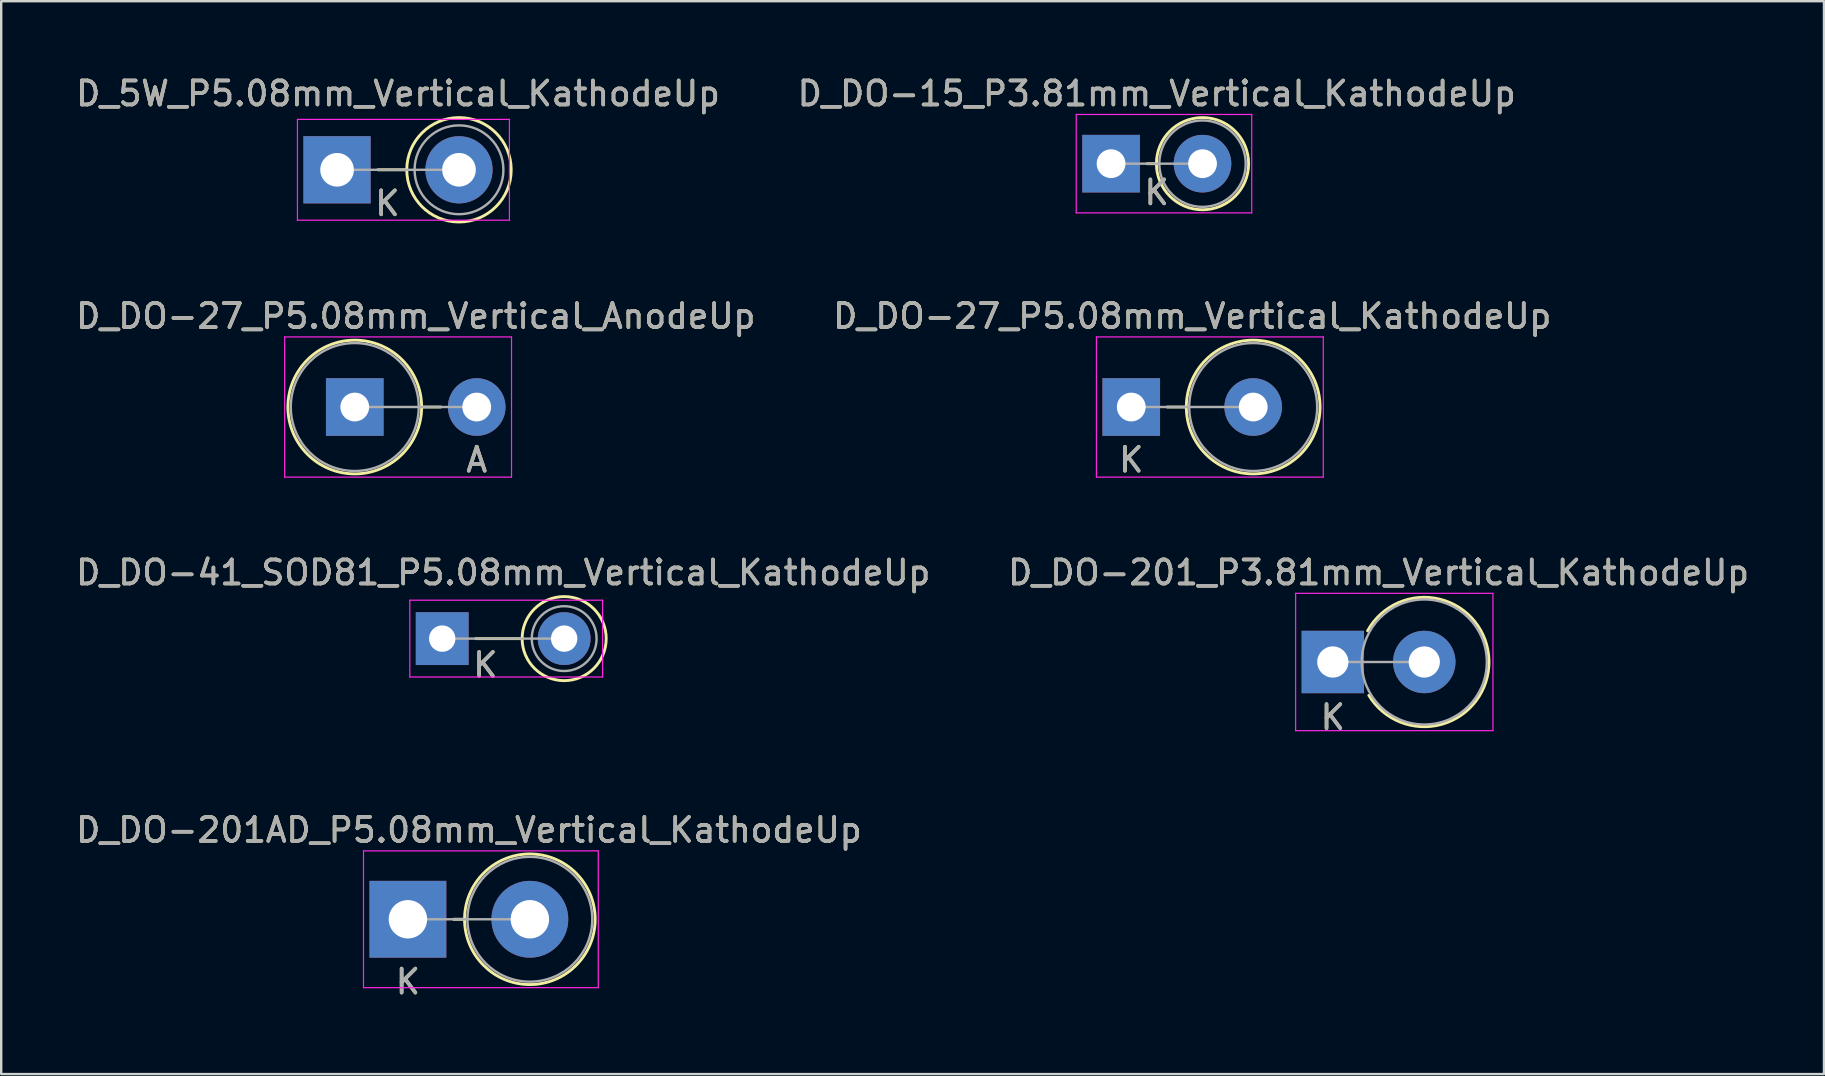
<source format=kicad_pcb>
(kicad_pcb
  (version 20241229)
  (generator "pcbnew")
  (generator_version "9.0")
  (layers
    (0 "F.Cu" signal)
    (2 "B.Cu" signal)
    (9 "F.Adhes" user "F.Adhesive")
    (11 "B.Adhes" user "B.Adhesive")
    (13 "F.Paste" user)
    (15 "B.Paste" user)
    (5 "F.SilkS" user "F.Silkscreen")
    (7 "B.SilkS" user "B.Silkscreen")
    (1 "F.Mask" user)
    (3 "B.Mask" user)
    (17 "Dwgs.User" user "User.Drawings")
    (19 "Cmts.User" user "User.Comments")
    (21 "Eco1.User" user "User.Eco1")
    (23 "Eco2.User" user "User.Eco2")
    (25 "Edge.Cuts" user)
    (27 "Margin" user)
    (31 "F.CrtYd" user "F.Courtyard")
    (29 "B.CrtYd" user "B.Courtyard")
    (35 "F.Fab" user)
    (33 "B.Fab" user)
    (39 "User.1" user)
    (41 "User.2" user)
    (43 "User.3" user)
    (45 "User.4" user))
  (footprint "D_DO-41_SOD81_P5.08mm_Vertical_KathodeUp"
    (layer "F.Cu")
    (at 15.371 23.552)
    (property "Reference" "D_DO-41_SOD81_P5.08mm_Vertical_KathodeUp" (at 2.54 -2.751 0) (layer "F.SilkS") (effects (font (size 1 1) (thickness 0.15))))
    (attr through_hole)
    (fp_line (start 3.329 0) (end 1.4 0) (stroke (width 0.12) (type solid)) (layer "F.SilkS"))
    (fp_circle (center 5.08 0) (end 6.831 0) (stroke (width 0.12) (type solid)) (fill no) (layer "F.SilkS"))
    (fp_line (start -1.35 -1.6) (end -1.35 1.6) (stroke (width 0.05) (type solid)) (layer "F.CrtYd"))
    (fp_line (start -1.35 1.6) (end 6.68 1.6) (stroke (width 0.05) (type solid)) (layer "F.CrtYd"))
    (fp_line (start 6.68 -1.6) (end -1.35 -1.6) (stroke (width 0.05) (type solid)) (layer "F.CrtYd"))
    (fp_line (start 6.68 1.6) (end 6.68 -1.6) (stroke (width 0.05) (type solid)) (layer "F.CrtYd"))
    (fp_line (start 0 0) (end 5.08 0) (stroke (width 0.1) (type solid)) (layer "F.Fab"))
    (fp_circle (center 5.08 0) (end 6.43 0) (stroke (width 0.1) (type solid)) (fill no) (layer "F.Fab"))
    (fp_text user "K" (at 1.8 1.1 0) (layer "F.SilkS") (effects (font (size 1 1) (thickness 0.15))))
    (fp_text user "K" (at 1.8 1.1 0) (layer "F.Fab") (effects (font (size 1 1) (thickness 0.15))))
    (fp_text user "${REFERENCE}" (at 2.54 -2.751 0) (layer "F.Fab") (effects (font (size 1 1) (thickness 0.15))))
    (pad "1" thru_hole rect (at 0 0) (size 2.2 2.2) (drill 1.1) (layers "*.Cu" "*.Mask"))
    (pad "2" thru_hole oval (at 5.08 0) (size 2.2 2.2) (drill 1.1) (layers "*.Cu" "*.Mask")))
  (footprint "D_5W_P5.08mm_Vertical_KathodeUp"
    (layer "F.Cu")
    (at 10.99 4.023)
    (property "Reference" "D_5W_P5.08mm_Vertical_KathodeUp" (at 2.54 -3.175 0) (layer "F.SilkS") (effects (font (size 1 1) (thickness 0.15))))
    (attr through_hole)
    (fp_line (start 2.905 0) (end 1.7 0) (stroke (width 0.12) (type solid)) (layer "F.SilkS"))
    (fp_circle (center 5.08 0) (end 7.255 0) (stroke (width 0.12) (type solid)) (fill no) (layer "F.SilkS"))
    (fp_line (start -1.65 -2.1) (end -1.65 2.1) (stroke (width 0.05) (type solid)) (layer "F.CrtYd"))
    (fp_line (start -1.65 2.1) (end 7.18 2.1) (stroke (width 0.05) (type solid)) (layer "F.CrtYd"))
    (fp_line (start 7.18 -2.1) (end -1.65 -2.1) (stroke (width 0.05) (type solid)) (layer "F.CrtYd"))
    (fp_line (start 7.18 2.1) (end 7.18 -2.1) (stroke (width 0.05) (type solid)) (layer "F.CrtYd"))
    (fp_line (start 0 0) (end 5.08 0) (stroke (width 0.1) (type solid)) (layer "F.Fab"))
    (fp_circle (center 5.08 0) (end 6.93 0) (stroke (width 0.1) (type solid)) (fill no) (layer "F.Fab"))
    (fp_text user "K" (at 2.1 1.4 0) (layer "F.SilkS") (effects (font (size 1 1) (thickness 0.15))))
    (fp_text user "K" (at 2.1 1.4 0) (layer "F.Fab") (effects (font (size 1 1) (thickness 0.15))))
    (fp_text user "${REFERENCE}" (at 2.54 -3.175 0) (layer "F.Fab") (effects (font (size 1 1) (thickness 0.15))))
    (pad "1" thru_hole rect (at 0 0) (size 2.8 2.8) (drill 1.4) (layers "*.Cu" "*.Mask"))
    (pad "2" thru_hole oval (at 5.08 0) (size 2.8 2.8) (drill 1.4) (layers "*.Cu" "*.Mask")))
  (footprint "D_DO-201AD_P5.08mm_Vertical_KathodeUp"
    (layer "F.Cu")
    (at 13.942 35.243)
    (property "Reference" "D_DO-201AD_P5.08mm_Vertical_KathodeUp" (at 2.54 -3.72 0) (layer "F.SilkS") (effects (font (size 1 1) (thickness 0.15))))
    (attr through_hole)
    (fp_line (start 2.36 0) (end 1.9 0) (stroke (width 0.12) (type solid)) (layer "F.SilkS"))
    (fp_circle (center 5.08 0) (end 7.8 0) (stroke (width 0.12) (type solid)) (fill no) (layer "F.SilkS"))
    (fp_line (start -1.85 -2.85) (end -1.85 2.85) (stroke (width 0.05) (type solid)) (layer "F.CrtYd"))
    (fp_line (start -1.85 2.85) (end 7.93 2.85) (stroke (width 0.05) (type solid)) (layer "F.CrtYd"))
    (fp_line (start 7.93 -2.85) (end -1.85 -2.85) (stroke (width 0.05) (type solid)) (layer "F.CrtYd"))
    (fp_line (start 7.93 2.85) (end 7.93 -2.85) (stroke (width 0.05) (type solid)) (layer "F.CrtYd"))
    (fp_line (start 0 0) (end 5.08 0) (stroke (width 0.1) (type solid)) (layer "F.Fab"))
    (fp_circle (center 5.08 0) (end 7.68 0) (stroke (width 0.1) (type solid)) (fill no) (layer "F.Fab"))
    (fp_text user "K" (at 0 2.6 0) (layer "F.SilkS") (effects (font (size 1 1) (thickness 0.15))))
    (fp_text user "${REFERENCE}" (at 2.54 -3.72 0) (layer "F.Fab") (effects (font (size 1 1) (thickness 0.15))))
    (fp_text user "K" (at 0 2.6 0) (layer "F.Fab") (effects (font (size 1 1) (thickness 0.15))))
    (pad "1" thru_hole rect (at 0 0) (size 3.2 3.2) (drill 1.6) (layers "*.Cu" "*.Mask"))
    (pad "2" thru_hole oval (at 5.08 0) (size 3.2 3.2) (drill 1.6) (layers "*.Cu" "*.Mask")))
  (footprint "D_DO-27_P5.08mm_Vertical_AnodeUp"
    (layer "F.Cu")
    (at 11.728 13.905)
    (property "Reference" "D_DO-27_P5.08mm_Vertical_AnodeUp" (at 2.54 -3.785 0) (layer "F.SilkS") (effects (font (size 1 1) (thickness 0.15))))
    (attr through_hole)
    (fp_line (start 2.785 0) (end 3.58 0) (stroke (width 0.12) (type solid)) (layer "F.SilkS"))
    (fp_circle (center 0 0) (end 2.785 0) (stroke (width 0.12) (type solid)) (fill no) (layer "F.SilkS"))
    (fp_line (start -2.92 -2.92) (end -2.92 2.92) (stroke (width 0.05) (type solid)) (layer "F.CrtYd"))
    (fp_line (start -2.92 2.92) (end 6.53 2.92) (stroke (width 0.05) (type solid)) (layer "F.CrtYd"))
    (fp_line (start 6.53 -2.92) (end -2.92 -2.92) (stroke (width 0.05) (type solid)) (layer "F.CrtYd"))
    (fp_line (start 6.53 2.92) (end 6.53 -2.92) (stroke (width 0.05) (type solid)) (layer "F.CrtYd"))
    (fp_line (start 0 0) (end 5.08 0) (stroke (width 0.1) (type solid)) (layer "F.Fab"))
    (fp_circle (center 0 0) (end 2.665 0) (stroke (width 0.1) (type solid)) (fill no) (layer "F.Fab"))
    (fp_text user "A" (at 5.08 2.2 0) (layer "F.SilkS") (effects (font (size 1 1) (thickness 0.15))))
    (fp_text user "A" (at 5.08 2.2 0) (layer "F.Fab") (effects (font (size 1 1) (thickness 0.15))))
    (fp_text user "${REFERENCE}" (at 2.54 -3.785 0) (layer "F.Fab") (effects (font (size 1 1) (thickness 0.15))))
    (pad "1" thru_hole rect (at 0 0) (size 2.4 2.4) (drill 1.2) (layers "*.Cu" "*.Mask"))
    (pad "2" thru_hole oval (at 5.08 0) (size 2.4 2.4) (drill 1.2) (layers "*.Cu" "*.Mask")))
  (footprint "D_DO-15_P3.81mm_Vertical_KathodeUp"
    (layer "F.Cu")
    (at 43.232 3.768)
    (property "Reference" "D_DO-15_P3.81mm_Vertical_KathodeUp" (at 1.905 -2.92 0) (layer "F.SilkS") (effects (font (size 1 1) (thickness 0.15))))
    (attr through_hole)
    (fp_line (start 1.89 0) (end 1.5 0) (stroke (width 0.12) (type solid)) (layer "F.SilkS"))
    (fp_circle (center 3.81 0) (end 5.73 0) (stroke (width 0.12) (type solid)) (fill no) (layer "F.SilkS"))
    (fp_line (start -1.45 -2.05) (end -1.45 2.05) (stroke (width 0.05) (type solid)) (layer "F.CrtYd"))
    (fp_line (start -1.45 2.05) (end 5.86 2.05) (stroke (width 0.05) (type solid)) (layer "F.CrtYd"))
    (fp_line (start 5.86 -2.05) (end -1.45 -2.05) (stroke (width 0.05) (type solid)) (layer "F.CrtYd"))
    (fp_line (start 5.86 2.05) (end 5.86 -2.05) (stroke (width 0.05) (type solid)) (layer "F.CrtYd"))
    (fp_line (start 0 0) (end 3.81 0) (stroke (width 0.1) (type solid)) (layer "F.Fab"))
    (fp_circle (center 3.81 0) (end 5.61 0) (stroke (width 0.1) (type solid)) (fill no) (layer "F.Fab"))
    (fp_text user "K" (at 1.9 1.2 0) (layer "F.SilkS") (effects (font (size 1 1) (thickness 0.15))))
    (fp_text user "${REFERENCE}" (at 1.905 -2.92 0) (layer "F.Fab") (effects (font (size 1 1) (thickness 0.15))))
    (fp_text user "K" (at 1.9 1.2 0) (layer "F.Fab") (effects (font (size 1 1) (thickness 0.15))))
    (pad "1" thru_hole rect (at 0 0) (size 2.4 2.4) (drill 1.2) (layers "*.Cu" "*.Mask"))
    (pad "2" thru_hole oval (at 3.81 0) (size 2.4 2.4) (drill 1.2) (layers "*.Cu" "*.Mask")))
  (footprint "D_DO-201_P3.81mm_Vertical_KathodeUp"
    (layer "F.Cu")
    (at 52.47 24.526)
    (property "Reference" "D_DO-201_P3.81mm_Vertical_KathodeUp" (at 1.905 -3.725 0) (layer "F.SilkS") (effects (font (size 1 1) (thickness 0.15))))
    (attr through_hole)
    (fp_arc (start 1.448639 -1.3) (mid 6.505054 -0.052035) (end 1.50058 1.390181) (stroke (width 0.12) (type solid)) (layer "F.SilkS"))
    (fp_line (start -1.55 -2.86) (end -1.55 2.86) (stroke (width 0.05) (type solid)) (layer "F.CrtYd"))
    (fp_line (start -1.55 2.86) (end 6.67 2.86) (stroke (width 0.05) (type solid)) (layer "F.CrtYd"))
    (fp_line (start 6.67 -2.86) (end -1.55 -2.86) (stroke (width 0.05) (type solid)) (layer "F.CrtYd"))
    (fp_line (start 6.67 2.86) (end 6.67 -2.86) (stroke (width 0.05) (type solid)) (layer "F.CrtYd"))
    (fp_line (start 0 0) (end 3.81 0) (stroke (width 0.1) (type solid)) (layer "F.Fab"))
    (fp_circle (center 3.81 0) (end 6.415 0) (stroke (width 0.1) (type solid)) (fill no) (layer "F.Fab"))
    (fp_text user "K" (at 0 2.3 0) (layer "F.SilkS") (effects (font (size 1 1) (thickness 0.15))))
    (fp_text user "K" (at 0 2.3 0) (layer "F.Fab") (effects (font (size 1 1) (thickness 0.15))))
    (fp_text user "${REFERENCE}" (at 1.905 -3.725 0) (layer "F.Fab") (effects (font (size 1 1) (thickness 0.15))))
    (pad "1" thru_hole rect (at 0 0) (size 2.6 2.6) (drill 1.3) (layers "*.Cu" "*.Mask"))
    (pad "2" thru_hole oval (at 3.81 0) (size 2.6 2.6) (drill 1.3) (layers "*.Cu" "*.Mask")))
  (footprint "D_DO-27_P5.08mm_Vertical_KathodeUp"
    (layer "F.Cu")
    (at 44.073 13.905)
    (property "Reference" "D_DO-27_P5.08mm_Vertical_KathodeUp" (at 2.54 -3.785 0) (layer "F.SilkS") (effects (font (size 1 1) (thickness 0.15))))
    (attr through_hole)
    (fp_line (start 2.295 0) (end 1.5 0) (stroke (width 0.12) (type solid)) (layer "F.SilkS"))
    (fp_circle (center 5.08 0) (end 7.865 0) (stroke (width 0.12) (type solid)) (fill no) (layer "F.SilkS"))
    (fp_line (start -1.45 -2.92) (end -1.45 2.92) (stroke (width 0.05) (type solid)) (layer "F.CrtYd"))
    (fp_line (start -1.45 2.92) (end 8 2.92) (stroke (width 0.05) (type solid)) (layer "F.CrtYd"))
    (fp_line (start 8 -2.92) (end -1.45 -2.92) (stroke (width 0.05) (type solid)) (layer "F.CrtYd"))
    (fp_line (start 8 2.92) (end 8 -2.92) (stroke (width 0.05) (type solid)) (layer "F.CrtYd"))
    (fp_line (start 0 0) (end 5.08 0) (stroke (width 0.1) (type solid)) (layer "F.Fab"))
    (fp_circle (center 5.08 0) (end 7.745 0) (stroke (width 0.1) (type solid)) (fill no) (layer "F.Fab"))
    (fp_text user "K" (at 0 2.2 0) (layer "F.SilkS") (effects (font (size 1 1) (thickness 0.15))))
    (fp_text user "${REFERENCE}" (at 2.54 -3.785 0) (layer "F.Fab") (effects (font (size 1 1) (thickness 0.15))))
    (fp_text user "K" (at 0 2.2 0) (layer "F.Fab") (effects (font (size 1 1) (thickness 0.15))))
    (pad "1" thru_hole rect (at 0 0) (size 2.4 2.4) (drill 1.2) (layers "*.Cu" "*.Mask"))
    (pad "2" thru_hole oval (at 5.08 0) (size 2.4 2.4) (drill 1.2) (layers "*.Cu" "*.Mask")))
  (gr_rect
    (start -3 -3)
    (end 72.929 41.691)
    (stroke (width 0.1) (type default))
    (fill no)
    (layer "Edge.Cuts")))
</source>
